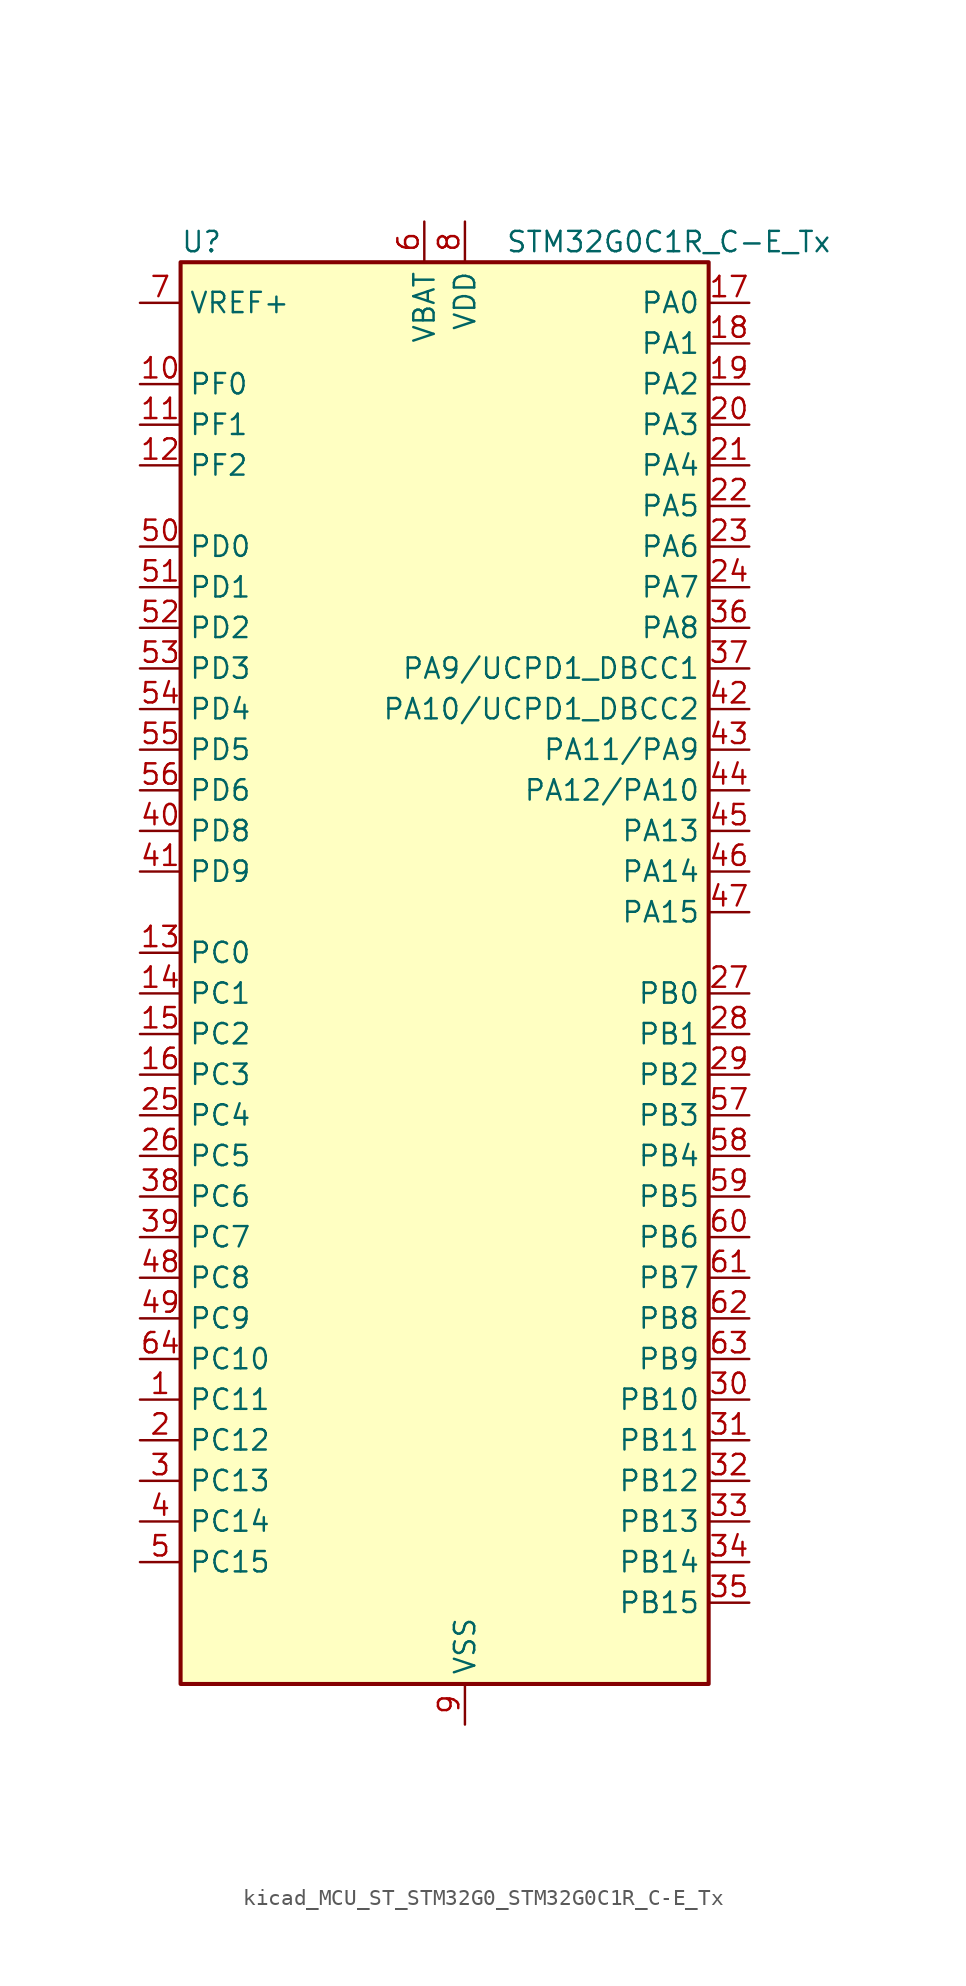
<source format=kicad_sym>
(kicad_symbol_lib
  (version 20220914)
  (generator kicad_symbol_editor)
  (symbol "kicad_MCU_ST_STM32G0_STM32G0C1R_C-E_Tx"
    (property "Reference" "U"
      (at -15.24 46.99 0)
      (effects (font (size 1.27 1.27)) (justify left)))
    (property "Value" "STM32G0C1R_C-E_Tx"
      (at 5.08 46.99 0)
      (effects (font (size 1.27 1.27)) (justify left)))
    (property "ki_locked" ""
      (at 0 0 0)
      (effects (font (size 1.27 1.27))))
    (symbol "kicad_MCU_ST_STM32G0_STM32G0C1R_C-E_Tx_0_1"
      (rectangle (start -15.24 -43.18) (end 17.78 45.72) (stroke (width 0.254) (type default)) (fill (type background))))
    (symbol "kicad_MCU_ST_STM32G0_STM32G0C1R_C-E_Tx_1_1"
      (pin bidirectional line (at -17.78 -25.4 0) (length 2.54) (name "PC11" (effects (font (size 1.27 1.27)))) (number "1" (effects (font (size 1.27 1.27)))) (alternate "ADC1_EXTI11" bidirectional line) (alternate "SPI3_MISO" bidirectional line) (alternate "TIM1_CH4" bidirectional line) (alternate "USART3_RX" bidirectional line) (alternate "USART4_RX" bidirectional line))
      (pin bidirectional line (at -17.78 38.1 0) (length 2.54) (name "PF0" (effects (font (size 1.27 1.27)))) (number "10" (effects (font (size 1.27 1.27)))) (alternate "CRS1_SYNC" bidirectional line) (alternate "RCC_OSC_IN" bidirectional line) (alternate "TIM14_CH1" bidirectional line))
      (pin bidirectional line (at -17.78 35.56 0) (length 2.54) (name "PF1" (effects (font (size 1.27 1.27)))) (number "11" (effects (font (size 1.27 1.27)))) (alternate "RCC_OSC_EN" bidirectional line) (alternate "RCC_OSC_OUT" bidirectional line) (alternate "TIM15_CH1N" bidirectional line))
      (pin bidirectional line (at -17.78 33.02 0) (length 2.54) (name "PF2" (effects (font (size 1.27 1.27)))) (number "12" (effects (font (size 1.27 1.27)))) (alternate "LPUART2_DE" bidirectional line) (alternate "LPUART2_RTS" bidirectional line) (alternate "LPUART2_TX" bidirectional line) (alternate "RCC_MCO" bidirectional line))
      (pin bidirectional line (at -17.78 2.54 0) (length 2.54) (name "PC0" (effects (font (size 1.27 1.27)))) (number "13" (effects (font (size 1.27 1.27)))) (alternate "COMP3_INM" bidirectional line) (alternate "COMP3_OUT" bidirectional line) (alternate "I2C3_SCL" bidirectional line) (alternate "LPTIM1_IN1" bidirectional line) (alternate "LPTIM2_IN1" bidirectional line) (alternate "LPUART1_RX" bidirectional line) (alternate "LPUART2_TX" bidirectional line) (alternate "USART6_TX" bidirectional line))
      (pin bidirectional line (at -17.78 0 0) (length 2.54) (name "PC1" (effects (font (size 1.27 1.27)))) (number "14" (effects (font (size 1.27 1.27)))) (alternate "COMP3_INP" bidirectional line) (alternate "I2C3_SDA" bidirectional line) (alternate "LPTIM1_OUT" bidirectional line) (alternate "LPUART1_TX" bidirectional line) (alternate "LPUART2_RX" bidirectional line) (alternate "TIM15_CH1" bidirectional line) (alternate "USART6_RX" bidirectional line))
      (pin bidirectional line (at -17.78 -2.54 0) (length 2.54) (name "PC2" (effects (font (size 1.27 1.27)))) (number "15" (effects (font (size 1.27 1.27)))) (alternate "COMP3_OUT" bidirectional line) (alternate "FDCAN2_RX" bidirectional line) (alternate "I2S2_MCK" bidirectional line) (alternate "LPTIM1_IN2" bidirectional line) (alternate "SPI2_MISO" bidirectional line) (alternate "TIM15_CH2" bidirectional line))
      (pin bidirectional line (at -17.78 -5.08 0) (length 2.54) (name "PC3" (effects (font (size 1.27 1.27)))) (number "16" (effects (font (size 1.27 1.27)))) (alternate "FDCAN2_TX" bidirectional line) (alternate "I2S2_SD" bidirectional line) (alternate "LPTIM1_ETR" bidirectional line) (alternate "LPTIM2_ETR" bidirectional line) (alternate "SPI2_MOSI" bidirectional line))
      (pin bidirectional line (at 20.32 43.18 180) (length 2.54) (name "PA0" (effects (font (size 1.27 1.27)))) (number "17" (effects (font (size 1.27 1.27)))) (alternate "ADC1_IN0" bidirectional line) (alternate "COMP1_INM" bidirectional line) (alternate "COMP1_OUT" bidirectional line) (alternate "I2S2_CK" bidirectional line) (alternate "LPTIM1_OUT" bidirectional line) (alternate "RTC_TAMP_IN2" bidirectional line) (alternate "SPI2_SCK" bidirectional line) (alternate "SYS_WKUP1" bidirectional line) (alternate "TIM2_CH1" bidirectional line) (alternate "TIM2_ETR" bidirectional line) (alternate "UCPD2_FRSTX1" bidirectional line) (alternate "UCPD2_FRSTX2" bidirectional line) (alternate "USART2_CTS" bidirectional line) (alternate "USART2_NSS" bidirectional line) (alternate "USART4_TX" bidirectional line))
      (pin bidirectional line (at 20.32 40.64 180) (length 2.54) (name "PA1" (effects (font (size 1.27 1.27)))) (number "18" (effects (font (size 1.27 1.27)))) (alternate "ADC1_IN1" bidirectional line) (alternate "COMP1_INP" bidirectional line) (alternate "I2C1_SMBA" bidirectional line) (alternate "I2S1_CK" bidirectional line) (alternate "SPI1_SCK" bidirectional line) (alternate "TIM15_CH1N" bidirectional line) (alternate "TIM2_CH2" bidirectional line) (alternate "USART2_CK" bidirectional line) (alternate "USART2_DE" bidirectional line) (alternate "USART2_RTS" bidirectional line) (alternate "USART4_RX" bidirectional line))
      (pin bidirectional line (at 20.32 38.1 180) (length 2.54) (name "PA2" (effects (font (size 1.27 1.27)))) (number "19" (effects (font (size 1.27 1.27)))) (alternate "ADC1_IN2" bidirectional line) (alternate "COMP2_INM" bidirectional line) (alternate "COMP2_OUT" bidirectional line) (alternate "I2S1_SD" bidirectional line) (alternate "LPUART1_TX" bidirectional line) (alternate "RCC_LSCO" bidirectional line) (alternate "SPI1_MOSI" bidirectional line) (alternate "SYS_WKUP4" bidirectional line) (alternate "TIM15_CH1" bidirectional line) (alternate "TIM2_CH3" bidirectional line) (alternate "UCPD1_FRSTX1" bidirectional line) (alternate "UCPD1_FRSTX2" bidirectional line) (alternate "USART2_TX" bidirectional line))
      (pin bidirectional line (at -17.78 -27.94 0) (length 2.54) (name "PC12" (effects (font (size 1.27 1.27)))) (number "2" (effects (font (size 1.27 1.27)))) (alternate "LPTIM1_IN1" bidirectional line) (alternate "SPI3_MOSI" bidirectional line) (alternate "TIM14_CH1" bidirectional line) (alternate "UCPD1_FRSTX1" bidirectional line) (alternate "UCPD1_FRSTX2" bidirectional line) (alternate "USART5_TX" bidirectional line))
      (pin bidirectional line (at 20.32 35.56 180) (length 2.54) (name "PA3" (effects (font (size 1.27 1.27)))) (number "20" (effects (font (size 1.27 1.27)))) (alternate "ADC1_IN3" bidirectional line) (alternate "COMP2_INP" bidirectional line) (alternate "I2S2_MCK" bidirectional line) (alternate "LPUART1_RX" bidirectional line) (alternate "SPI2_MISO" bidirectional line) (alternate "TIM15_CH2" bidirectional line) (alternate "TIM2_CH4" bidirectional line) (alternate "UCPD2_FRSTX1" bidirectional line) (alternate "UCPD2_FRSTX2" bidirectional line) (alternate "USART2_RX" bidirectional line))
      (pin bidirectional line (at 20.32 33.02 180) (length 2.54) (name "PA4" (effects (font (size 1.27 1.27)))) (number "21" (effects (font (size 1.27 1.27)))) (alternate "ADC1_IN4" bidirectional line) (alternate "DAC1_OUT1" bidirectional line) (alternate "I2S1_WS" bidirectional line) (alternate "I2S2_SD" bidirectional line) (alternate "LPTIM2_OUT" bidirectional line) (alternate "RTC_OUT2" bidirectional line) (alternate "SPI1_NSS" bidirectional line) (alternate "SPI2_MOSI" bidirectional line) (alternate "SPI3_NSS" bidirectional line) (alternate "TIM14_CH1" bidirectional line) (alternate "UCPD2_FRSTX1" bidirectional line) (alternate "UCPD2_FRSTX2" bidirectional line) (alternate "USART6_TX" bidirectional line) (alternate "USB_NOE" bidirectional line))
      (pin bidirectional line (at 20.32 30.48 180) (length 2.54) (name "PA5" (effects (font (size 1.27 1.27)))) (number "22" (effects (font (size 1.27 1.27)))) (alternate "ADC1_IN5" bidirectional line) (alternate "CEC" bidirectional line) (alternate "DAC1_OUT2" bidirectional line) (alternate "I2S1_CK" bidirectional line) (alternate "LPTIM2_ETR" bidirectional line) (alternate "SPI1_SCK" bidirectional line) (alternate "TIM2_CH1" bidirectional line) (alternate "TIM2_ETR" bidirectional line) (alternate "UCPD1_FRSTX1" bidirectional line) (alternate "UCPD1_FRSTX2" bidirectional line) (alternate "USART3_TX" bidirectional line) (alternate "USART6_RX" bidirectional line))
      (pin bidirectional line (at 20.32 27.94 180) (length 2.54) (name "PA6" (effects (font (size 1.27 1.27)))) (number "23" (effects (font (size 1.27 1.27)))) (alternate "ADC1_IN6" bidirectional line) (alternate "COMP1_OUT" bidirectional line) (alternate "I2C2_SDA" bidirectional line) (alternate "I2C3_SDA" bidirectional line) (alternate "I2S1_MCK" bidirectional line) (alternate "LPUART1_CTS" bidirectional line) (alternate "SPI1_MISO" bidirectional line) (alternate "TIM16_CH1" bidirectional line) (alternate "TIM1_BK" bidirectional line) (alternate "TIM3_CH1" bidirectional line) (alternate "USART3_CTS" bidirectional line) (alternate "USART3_NSS" bidirectional line) (alternate "USART6_CTS" bidirectional line) (alternate "USART6_NSS" bidirectional line))
      (pin bidirectional line (at 20.32 25.4 180) (length 2.54) (name "PA7" (effects (font (size 1.27 1.27)))) (number "24" (effects (font (size 1.27 1.27)))) (alternate "ADC1_IN7" bidirectional line) (alternate "COMP2_OUT" bidirectional line) (alternate "I2C2_SCL" bidirectional line) (alternate "I2C3_SCL" bidirectional line) (alternate "I2S1_SD" bidirectional line) (alternate "SPI1_MOSI" bidirectional line) (alternate "TIM14_CH1" bidirectional line) (alternate "TIM17_CH1" bidirectional line) (alternate "TIM1_CH1N" bidirectional line) (alternate "TIM3_CH2" bidirectional line) (alternate "UCPD1_FRSTX1" bidirectional line) (alternate "UCPD1_FRSTX2" bidirectional line) (alternate "USART6_CK" bidirectional line) (alternate "USART6_DE" bidirectional line) (alternate "USART6_RTS" bidirectional line))
      (pin bidirectional line (at -17.78 -7.62 0) (length 2.54) (name "PC4" (effects (font (size 1.27 1.27)))) (number "25" (effects (font (size 1.27 1.27)))) (alternate "ADC1_IN17" bidirectional line) (alternate "COMP1_INM" bidirectional line) (alternate "FDCAN1_RX" bidirectional line) (alternate "TIM2_CH1" bidirectional line) (alternate "TIM2_ETR" bidirectional line) (alternate "USART1_TX" bidirectional line) (alternate "USART3_TX" bidirectional line))
      (pin bidirectional line (at -17.78 -10.16 0) (length 2.54) (name "PC5" (effects (font (size 1.27 1.27)))) (number "26" (effects (font (size 1.27 1.27)))) (alternate "ADC1_IN18" bidirectional line) (alternate "COMP1_INP" bidirectional line) (alternate "FDCAN1_TX" bidirectional line) (alternate "SYS_WKUP5" bidirectional line) (alternate "TIM2_CH2" bidirectional line) (alternate "USART1_RX" bidirectional line) (alternate "USART3_RX" bidirectional line))
      (pin bidirectional line (at 20.32 0 180) (length 2.54) (name "PB0" (effects (font (size 1.27 1.27)))) (number "27" (effects (font (size 1.27 1.27)))) (alternate "ADC1_IN8" bidirectional line) (alternate "COMP1_OUT" bidirectional line) (alternate "COMP3_INP" bidirectional line) (alternate "FDCAN2_RX" bidirectional line) (alternate "I2S1_WS" bidirectional line) (alternate "LPTIM1_OUT" bidirectional line) (alternate "LPUART2_CTS" bidirectional line) (alternate "SPI1_NSS" bidirectional line) (alternate "TIM1_CH2N" bidirectional line) (alternate "TIM3_CH3" bidirectional line) (alternate "UCPD1_FRSTX1" bidirectional line) (alternate "UCPD1_FRSTX2" bidirectional line) (alternate "USART3_RX" bidirectional line) (alternate "USART5_TX" bidirectional line))
      (pin bidirectional line (at 20.32 -2.54 180) (length 2.54) (name "PB1" (effects (font (size 1.27 1.27)))) (number "28" (effects (font (size 1.27 1.27)))) (alternate "ADC1_IN9" bidirectional line) (alternate "COMP1_INM" bidirectional line) (alternate "COMP3_OUT" bidirectional line) (alternate "FDCAN2_TX" bidirectional line) (alternate "LPTIM2_IN1" bidirectional line) (alternate "LPUART1_DE" bidirectional line) (alternate "LPUART1_RTS" bidirectional line) (alternate "LPUART2_DE" bidirectional line) (alternate "LPUART2_RTS" bidirectional line) (alternate "TIM14_CH1" bidirectional line) (alternate "TIM1_CH3N" bidirectional line) (alternate "TIM3_CH4" bidirectional line) (alternate "USART3_CK" bidirectional line) (alternate "USART3_DE" bidirectional line) (alternate "USART3_RTS" bidirectional line) (alternate "USART5_RX" bidirectional line))
      (pin bidirectional line (at 20.32 -5.08 180) (length 2.54) (name "PB2" (effects (font (size 1.27 1.27)))) (number "29" (effects (font (size 1.27 1.27)))) (alternate "ADC1_IN10" bidirectional line) (alternate "COMP1_INP" bidirectional line) (alternate "COMP3_INM" bidirectional line) (alternate "I2S2_MCK" bidirectional line) (alternate "LPTIM1_OUT" bidirectional line) (alternate "RCC_MCO_2" bidirectional line) (alternate "SPI2_MISO" bidirectional line) (alternate "USART3_TX" bidirectional line))
      (pin bidirectional line (at -17.78 -30.48 0) (length 2.54) (name "PC13" (effects (font (size 1.27 1.27)))) (number "3" (effects (font (size 1.27 1.27)))) (alternate "RTC_OUT1" bidirectional line) (alternate "RTC_TAMP_IN1" bidirectional line) (alternate "RTC_TS" bidirectional line) (alternate "SYS_WKUP2" bidirectional line) (alternate "TIM1_BK" bidirectional line))
      (pin bidirectional line (at 20.32 -25.4 180) (length 2.54) (name "PB10" (effects (font (size 1.27 1.27)))) (number "30" (effects (font (size 1.27 1.27)))) (alternate "ADC1_IN11" bidirectional line) (alternate "CEC" bidirectional line) (alternate "COMP1_OUT" bidirectional line) (alternate "I2C2_SCL" bidirectional line) (alternate "I2S2_CK" bidirectional line) (alternate "LPUART1_RX" bidirectional line) (alternate "SPI2_SCK" bidirectional line) (alternate "TIM2_CH3" bidirectional line) (alternate "USART3_TX" bidirectional line))
      (pin bidirectional line (at 20.32 -27.94 180) (length 2.54) (name "PB11" (effects (font (size 1.27 1.27)))) (number "31" (effects (font (size 1.27 1.27)))) (alternate "ADC1_EXTI11" bidirectional line) (alternate "ADC1_IN15" bidirectional line) (alternate "COMP2_OUT" bidirectional line) (alternate "I2C2_SDA" bidirectional line) (alternate "I2S2_SD" bidirectional line) (alternate "LPUART1_TX" bidirectional line) (alternate "SPI2_MOSI" bidirectional line) (alternate "TIM2_CH4" bidirectional line) (alternate "USART3_RX" bidirectional line))
      (pin bidirectional line (at 20.32 -30.48 180) (length 2.54) (name "PB12" (effects (font (size 1.27 1.27)))) (number "32" (effects (font (size 1.27 1.27)))) (alternate "ADC1_IN16" bidirectional line) (alternate "FDCAN2_RX" bidirectional line) (alternate "I2C2_SMBA" bidirectional line) (alternate "I2S2_WS" bidirectional line) (alternate "LPUART1_DE" bidirectional line) (alternate "LPUART1_RTS" bidirectional line) (alternate "SPI2_NSS" bidirectional line) (alternate "TIM15_BK" bidirectional line) (alternate "TIM1_BK" bidirectional line) (alternate "UCPD2_FRSTX1" bidirectional line) (alternate "UCPD2_FRSTX2" bidirectional line))
      (pin bidirectional line (at 20.32 -33.02 180) (length 2.54) (name "PB13" (effects (font (size 1.27 1.27)))) (number "33" (effects (font (size 1.27 1.27)))) (alternate "FDCAN2_TX" bidirectional line) (alternate "I2C2_SCL" bidirectional line) (alternate "I2S2_CK" bidirectional line) (alternate "LPUART1_CTS" bidirectional line) (alternate "SPI2_SCK" bidirectional line) (alternate "TIM15_CH1N" bidirectional line) (alternate "TIM1_CH1N" bidirectional line) (alternate "USART3_CTS" bidirectional line) (alternate "USART3_NSS" bidirectional line))
      (pin bidirectional line (at 20.32 -35.56 180) (length 2.54) (name "PB14" (effects (font (size 1.27 1.27)))) (number "34" (effects (font (size 1.27 1.27)))) (alternate "I2C2_SDA" bidirectional line) (alternate "I2S2_MCK" bidirectional line) (alternate "SPI2_MISO" bidirectional line) (alternate "TIM15_CH1" bidirectional line) (alternate "TIM1_CH2N" bidirectional line) (alternate "UCPD1_FRSTX1" bidirectional line) (alternate "UCPD1_FRSTX2" bidirectional line) (alternate "USART3_CK" bidirectional line) (alternate "USART3_DE" bidirectional line) (alternate "USART3_RTS" bidirectional line) (alternate "USART6_CK" bidirectional line) (alternate "USART6_DE" bidirectional line) (alternate "USART6_RTS" bidirectional line))
      (pin bidirectional line (at 20.32 -38.1 180) (length 2.54) (name "PB15" (effects (font (size 1.27 1.27)))) (number "35" (effects (font (size 1.27 1.27)))) (alternate "I2S2_SD" bidirectional line) (alternate "RTC_REFIN" bidirectional line) (alternate "SPI2_MOSI" bidirectional line) (alternate "TIM15_CH1N" bidirectional line) (alternate "TIM15_CH2" bidirectional line) (alternate "TIM1_CH3N" bidirectional line) (alternate "UCPD1_CC2" bidirectional line) (alternate "USART6_CTS" bidirectional line) (alternate "USART6_NSS" bidirectional line))
      (pin bidirectional line (at 20.32 22.86 180) (length 2.54) (name "PA8" (effects (font (size 1.27 1.27)))) (number "36" (effects (font (size 1.27 1.27)))) (alternate "CRS1_SYNC" bidirectional line) (alternate "I2C2_SMBA" bidirectional line) (alternate "I2S2_WS" bidirectional line) (alternate "LPTIM2_OUT" bidirectional line) (alternate "RCC_MCO" bidirectional line) (alternate "SPI2_NSS" bidirectional line) (alternate "TIM1_CH1" bidirectional line) (alternate "UCPD1_CC1" bidirectional line))
      (pin bidirectional line (at 20.32 20.32 180) (length 2.54) (name "PA9/UCPD1_DBCC1" (effects (font (size 1.27 1.27)))) (number "37" (effects (font (size 1.27 1.27)))) (alternate "DAC1_EXTI9" bidirectional line) (alternate "I2C1_SCL" bidirectional line) (alternate "I2C2_SCL" bidirectional line) (alternate "I2S2_MCK" bidirectional line) (alternate "RCC_MCO" bidirectional line) (alternate "SPI2_MISO" bidirectional line) (alternate "TIM15_BK" bidirectional line) (alternate "TIM1_CH2" bidirectional line) (alternate "UCPD1_DBCC1" bidirectional line) (alternate "USART1_TX" bidirectional line))
      (pin bidirectional line (at -17.78 -12.7 0) (length 2.54) (name "PC6" (effects (font (size 1.27 1.27)))) (number "38" (effects (font (size 1.27 1.27)))) (alternate "LPUART2_TX" bidirectional line) (alternate "TIM2_CH3" bidirectional line) (alternate "TIM3_CH1" bidirectional line) (alternate "UCPD1_FRSTX1" bidirectional line) (alternate "UCPD1_FRSTX2" bidirectional line))
      (pin bidirectional line (at -17.78 -15.24 0) (length 2.54) (name "PC7" (effects (font (size 1.27 1.27)))) (number "39" (effects (font (size 1.27 1.27)))) (alternate "LPUART2_RX" bidirectional line) (alternate "TIM2_CH4" bidirectional line) (alternate "TIM3_CH2" bidirectional line) (alternate "UCPD2_FRSTX1" bidirectional line) (alternate "UCPD2_FRSTX2" bidirectional line))
      (pin bidirectional line (at -17.78 -33.02 0) (length 2.54) (name "PC14" (effects (font (size 1.27 1.27)))) (number "4" (effects (font (size 1.27 1.27)))) (alternate "RCC_OSC32_IN" bidirectional line) (alternate "TIM1_BK2" bidirectional line))
      (pin bidirectional line (at -17.78 10.16 0) (length 2.54) (name "PD8" (effects (font (size 1.27 1.27)))) (number "40" (effects (font (size 1.27 1.27)))) (alternate "I2S1_CK" bidirectional line) (alternate "LPTIM1_OUT" bidirectional line) (alternate "SPI1_SCK" bidirectional line) (alternate "USART3_TX" bidirectional line))
      (pin bidirectional line (at -17.78 7.62 0) (length 2.54) (name "PD9" (effects (font (size 1.27 1.27)))) (number "41" (effects (font (size 1.27 1.27)))) (alternate "DAC1_EXTI9" bidirectional line) (alternate "I2S1_WS" bidirectional line) (alternate "SPI1_NSS" bidirectional line) (alternate "TIM1_BK2" bidirectional line) (alternate "USART3_RX" bidirectional line))
      (pin bidirectional line (at 20.32 17.78 180) (length 2.54) (name "PA10/UCPD1_DBCC2" (effects (font (size 1.27 1.27)))) (number "42" (effects (font (size 1.27 1.27)))) (alternate "I2C1_SDA" bidirectional line) (alternate "I2C2_SDA" bidirectional line) (alternate "I2S2_SD" bidirectional line) (alternate "RCC_MCO_2" bidirectional line) (alternate "SPI2_MOSI" bidirectional line) (alternate "TIM17_BK" bidirectional line) (alternate "TIM1_CH3" bidirectional line) (alternate "UCPD1_DBCC2" bidirectional line) (alternate "USART1_RX" bidirectional line))
      (pin bidirectional line (at 20.32 15.24 180) (length 2.54) (name "PA11/PA9" (effects (font (size 1.27 1.27)))) (number "43" (effects (font (size 1.27 1.27)))) (alternate "ADC1_EXTI11" bidirectional line) (alternate "COMP1_OUT" bidirectional line) (alternate "FDCAN1_RX" bidirectional line) (alternate "I2C2_SCL" bidirectional line) (alternate "I2S1_MCK" bidirectional line) (alternate "SPI1_MISO" bidirectional line) (alternate "TIM1_BK2" bidirectional line) (alternate "TIM1_CH4" bidirectional line) (alternate "USART1_CTS" bidirectional line) (alternate "USART1_NSS" bidirectional line) (alternate "USB_DM" bidirectional line))
      (pin bidirectional line (at 20.32 12.7 180) (length 2.54) (name "PA12/PA10" (effects (font (size 1.27 1.27)))) (number "44" (effects (font (size 1.27 1.27)))) (alternate "COMP2_OUT" bidirectional line) (alternate "FDCAN1_TX" bidirectional line) (alternate "I2C2_SDA" bidirectional line) (alternate "I2S1_SD" bidirectional line) (alternate "I2S_CKIN" bidirectional line) (alternate "SPI1_MOSI" bidirectional line) (alternate "TIM1_ETR" bidirectional line) (alternate "USART1_CK" bidirectional line) (alternate "USART1_DE" bidirectional line) (alternate "USART1_RTS" bidirectional line) (alternate "USB_DP" bidirectional line))
      (pin bidirectional line (at 20.32 10.16 180) (length 2.54) (name "PA13" (effects (font (size 1.27 1.27)))) (number "45" (effects (font (size 1.27 1.27)))) (alternate "IR_OUT" bidirectional line) (alternate "LPUART2_RX" bidirectional line) (alternate "SYS_SWDIO" bidirectional line) (alternate "USB_NOE" bidirectional line))
      (pin bidirectional line (at 20.32 7.62 180) (length 2.54) (name "PA14" (effects (font (size 1.27 1.27)))) (number "46" (effects (font (size 1.27 1.27)))) (alternate "LPUART2_TX" bidirectional line) (alternate "SYS_SWCLK" bidirectional line) (alternate "USART2_TX" bidirectional line))
      (pin bidirectional line (at 20.32 5.08 180) (length 2.54) (name "PA15" (effects (font (size 1.27 1.27)))) (number "47" (effects (font (size 1.27 1.27)))) (alternate "I2C2_SMBA" bidirectional line) (alternate "I2S1_WS" bidirectional line) (alternate "RCC_MCO_2" bidirectional line) (alternate "SPI1_NSS" bidirectional line) (alternate "SPI3_NSS" bidirectional line) (alternate "TIM2_CH1" bidirectional line) (alternate "TIM2_ETR" bidirectional line) (alternate "USART2_RX" bidirectional line) (alternate "USART3_CK" bidirectional line) (alternate "USART3_DE" bidirectional line) (alternate "USART3_RTS" bidirectional line) (alternate "USART4_CK" bidirectional line) (alternate "USART4_DE" bidirectional line) (alternate "USART4_RTS" bidirectional line) (alternate "USB_NOE" bidirectional line))
      (pin bidirectional line (at -17.78 -17.78 0) (length 2.54) (name "PC8" (effects (font (size 1.27 1.27)))) (number "48" (effects (font (size 1.27 1.27)))) (alternate "LPUART2_CTS" bidirectional line) (alternate "TIM1_CH1" bidirectional line) (alternate "TIM3_CH3" bidirectional line) (alternate "UCPD2_FRSTX1" bidirectional line) (alternate "UCPD2_FRSTX2" bidirectional line))
      (pin bidirectional line (at -17.78 -20.32 0) (length 2.54) (name "PC9" (effects (font (size 1.27 1.27)))) (number "49" (effects (font (size 1.27 1.27)))) (alternate "DAC1_EXTI9" bidirectional line) (alternate "I2S_CKIN" bidirectional line) (alternate "LPUART2_DE" bidirectional line) (alternate "LPUART2_RTS" bidirectional line) (alternate "TIM1_CH2" bidirectional line) (alternate "TIM3_CH4" bidirectional line) (alternate "USB_NOE" bidirectional line))
      (pin bidirectional line (at -17.78 -35.56 0) (length 2.54) (name "PC15" (effects (font (size 1.27 1.27)))) (number "5" (effects (font (size 1.27 1.27)))) (alternate "RCC_OSC32_EN" bidirectional line) (alternate "RCC_OSC32_OUT" bidirectional line) (alternate "RCC_OSC_EN" bidirectional line) (alternate "TIM15_BK" bidirectional line))
      (pin bidirectional line (at -17.78 27.94 0) (length 2.54) (name "PD0" (effects (font (size 1.27 1.27)))) (number "50" (effects (font (size 1.27 1.27)))) (alternate "FDCAN1_RX" bidirectional line) (alternate "I2S2_WS" bidirectional line) (alternate "SPI2_NSS" bidirectional line) (alternate "TIM16_CH1" bidirectional line) (alternate "UCPD2_CC1" bidirectional line))
      (pin bidirectional line (at -17.78 25.4 0) (length 2.54) (name "PD1" (effects (font (size 1.27 1.27)))) (number "51" (effects (font (size 1.27 1.27)))) (alternate "FDCAN1_TX" bidirectional line) (alternate "I2S2_CK" bidirectional line) (alternate "SPI2_SCK" bidirectional line) (alternate "TIM17_CH1" bidirectional line) (alternate "UCPD2_DBCC1" bidirectional line))
      (pin bidirectional line (at -17.78 22.86 0) (length 2.54) (name "PD2" (effects (font (size 1.27 1.27)))) (number "52" (effects (font (size 1.27 1.27)))) (alternate "TIM1_CH1N" bidirectional line) (alternate "TIM3_ETR" bidirectional line) (alternate "UCPD2_CC2" bidirectional line) (alternate "USART3_CK" bidirectional line) (alternate "USART3_DE" bidirectional line) (alternate "USART3_RTS" bidirectional line) (alternate "USART5_RX" bidirectional line))
      (pin bidirectional line (at -17.78 20.32 0) (length 2.54) (name "PD3" (effects (font (size 1.27 1.27)))) (number "53" (effects (font (size 1.27 1.27)))) (alternate "I2S2_MCK" bidirectional line) (alternate "SPI2_MISO" bidirectional line) (alternate "TIM1_CH2N" bidirectional line) (alternate "UCPD2_DBCC2" bidirectional line) (alternate "USART2_CTS" bidirectional line) (alternate "USART2_NSS" bidirectional line) (alternate "USART5_TX" bidirectional line))
      (pin bidirectional line (at -17.78 17.78 0) (length 2.54) (name "PD4" (effects (font (size 1.27 1.27)))) (number "54" (effects (font (size 1.27 1.27)))) (alternate "I2S2_SD" bidirectional line) (alternate "SPI2_MOSI" bidirectional line) (alternate "TIM1_CH3N" bidirectional line) (alternate "USART2_CK" bidirectional line) (alternate "USART2_DE" bidirectional line) (alternate "USART2_RTS" bidirectional line) (alternate "USART5_CK" bidirectional line) (alternate "USART5_DE" bidirectional line) (alternate "USART5_RTS" bidirectional line))
      (pin bidirectional line (at -17.78 15.24 0) (length 2.54) (name "PD5" (effects (font (size 1.27 1.27)))) (number "55" (effects (font (size 1.27 1.27)))) (alternate "I2S1_MCK" bidirectional line) (alternate "SPI1_MISO" bidirectional line) (alternate "TIM1_BK" bidirectional line) (alternate "USART2_TX" bidirectional line) (alternate "USART5_CTS" bidirectional line) (alternate "USART5_NSS" bidirectional line))
      (pin bidirectional line (at -17.78 12.7 0) (length 2.54) (name "PD6" (effects (font (size 1.27 1.27)))) (number "56" (effects (font (size 1.27 1.27)))) (alternate "I2S1_SD" bidirectional line) (alternate "LPTIM2_OUT" bidirectional line) (alternate "SPI1_MOSI" bidirectional line) (alternate "USART2_RX" bidirectional line))
      (pin bidirectional line (at 20.32 -7.62 180) (length 2.54) (name "PB3" (effects (font (size 1.27 1.27)))) (number "57" (effects (font (size 1.27 1.27)))) (alternate "COMP2_INM" bidirectional line) (alternate "I2C2_SCL" bidirectional line) (alternate "I2C3_SCL" bidirectional line) (alternate "I2S1_CK" bidirectional line) (alternate "SPI1_SCK" bidirectional line) (alternate "SPI3_SCK" bidirectional line) (alternate "TIM1_CH2" bidirectional line) (alternate "TIM2_CH2" bidirectional line) (alternate "USART1_CK" bidirectional line) (alternate "USART1_DE" bidirectional line) (alternate "USART1_RTS" bidirectional line) (alternate "USART5_TX" bidirectional line))
      (pin bidirectional line (at 20.32 -10.16 180) (length 2.54) (name "PB4" (effects (font (size 1.27 1.27)))) (number "58" (effects (font (size 1.27 1.27)))) (alternate "COMP2_INP" bidirectional line) (alternate "I2C2_SDA" bidirectional line) (alternate "I2C3_SDA" bidirectional line) (alternate "I2S1_MCK" bidirectional line) (alternate "SPI1_MISO" bidirectional line) (alternate "SPI3_MISO" bidirectional line) (alternate "TIM17_BK" bidirectional line) (alternate "TIM3_CH1" bidirectional line) (alternate "USART1_CTS" bidirectional line) (alternate "USART1_NSS" bidirectional line) (alternate "USART5_RX" bidirectional line))
      (pin bidirectional line (at 20.32 -12.7 180) (length 2.54) (name "PB5" (effects (font (size 1.27 1.27)))) (number "59" (effects (font (size 1.27 1.27)))) (alternate "COMP2_OUT" bidirectional line) (alternate "FDCAN2_RX" bidirectional line) (alternate "I2C1_SMBA" bidirectional line) (alternate "I2S1_SD" bidirectional line) (alternate "LPTIM1_IN1" bidirectional line) (alternate "SPI1_MOSI" bidirectional line) (alternate "SPI3_MOSI" bidirectional line) (alternate "SYS_WKUP6" bidirectional line) (alternate "TIM16_BK" bidirectional line) (alternate "TIM3_CH2" bidirectional line) (alternate "USART5_CK" bidirectional line) (alternate "USART5_DE" bidirectional line) (alternate "USART5_RTS" bidirectional line))
      (pin power_in line (at 0 48.26 270) (length 2.54) (name "VBAT" (effects (font (size 1.27 1.27)))) (number "6" (effects (font (size 1.27 1.27)))))
      (pin bidirectional line (at 20.32 -15.24 180) (length 2.54) (name "PB6" (effects (font (size 1.27 1.27)))) (number "60" (effects (font (size 1.27 1.27)))) (alternate "COMP2_INP" bidirectional line) (alternate "FDCAN2_TX" bidirectional line) (alternate "I2C1_SCL" bidirectional line) (alternate "I2S2_MCK" bidirectional line) (alternate "LPTIM1_ETR" bidirectional line) (alternate "LPUART2_TX" bidirectional line) (alternate "SPI2_MISO" bidirectional line) (alternate "TIM16_CH1N" bidirectional line) (alternate "TIM1_CH3" bidirectional line) (alternate "TIM4_CH1" bidirectional line) (alternate "USART1_TX" bidirectional line) (alternate "USART5_CTS" bidirectional line) (alternate "USART5_NSS" bidirectional line))
      (pin bidirectional line (at 20.32 -17.78 180) (length 2.54) (name "PB7" (effects (font (size 1.27 1.27)))) (number "61" (effects (font (size 1.27 1.27)))) (alternate "COMP2_INM" bidirectional line) (alternate "I2C1_SDA" bidirectional line) (alternate "I2S2_SD" bidirectional line) (alternate "LPTIM1_IN2" bidirectional line) (alternate "LPUART2_RX" bidirectional line) (alternate "SPI2_MOSI" bidirectional line) (alternate "SYS_PVD_IN" bidirectional line) (alternate "TIM17_CH1N" bidirectional line) (alternate "TIM4_CH2" bidirectional line) (alternate "USART1_RX" bidirectional line) (alternate "USART4_CTS" bidirectional line) (alternate "USART4_NSS" bidirectional line))
      (pin bidirectional line (at 20.32 -20.32 180) (length 2.54) (name "PB8" (effects (font (size 1.27 1.27)))) (number "62" (effects (font (size 1.27 1.27)))) (alternate "CEC" bidirectional line) (alternate "FDCAN1_RX" bidirectional line) (alternate "I2C1_SCL" bidirectional line) (alternate "I2S2_CK" bidirectional line) (alternate "SPI2_SCK" bidirectional line) (alternate "TIM15_BK" bidirectional line) (alternate "TIM16_CH1" bidirectional line) (alternate "TIM4_CH3" bidirectional line) (alternate "USART3_TX" bidirectional line) (alternate "USART6_TX" bidirectional line))
      (pin bidirectional line (at 20.32 -22.86 180) (length 2.54) (name "PB9" (effects (font (size 1.27 1.27)))) (number "63" (effects (font (size 1.27 1.27)))) (alternate "DAC1_EXTI9" bidirectional line) (alternate "FDCAN1_TX" bidirectional line) (alternate "I2C1_SDA" bidirectional line) (alternate "I2S2_WS" bidirectional line) (alternate "IR_OUT" bidirectional line) (alternate "SPI2_NSS" bidirectional line) (alternate "TIM17_CH1" bidirectional line) (alternate "TIM4_CH4" bidirectional line) (alternate "UCPD2_FRSTX1" bidirectional line) (alternate "UCPD2_FRSTX2" bidirectional line) (alternate "USART3_RX" bidirectional line) (alternate "USART6_RX" bidirectional line))
      (pin bidirectional line (at -17.78 -22.86 0) (length 2.54) (name "PC10" (effects (font (size 1.27 1.27)))) (number "64" (effects (font (size 1.27 1.27)))) (alternate "SPI3_SCK" bidirectional line) (alternate "TIM1_CH3" bidirectional line) (alternate "USART3_TX" bidirectional line) (alternate "USART4_TX" bidirectional line))
      (pin input line (at -17.78 43.18 0) (length 2.54) (name "VREF+" (effects (font (size 1.27 1.27)))) (number "7" (effects (font (size 1.27 1.27)))) (alternate "VREFBUF_OUT" bidirectional line))
      (pin power_in line (at 2.54 48.26 270) (length 2.54) (name "VDD" (effects (font (size 1.27 1.27)))) (number "8" (effects (font (size 1.27 1.27)))))
      (pin power_in line (at 2.54 -45.72 90) (length 2.54) (name "VSS" (effects (font (size 1.27 1.27)))) (number "9" (effects (font (size 1.27 1.27))))))))
</source>
